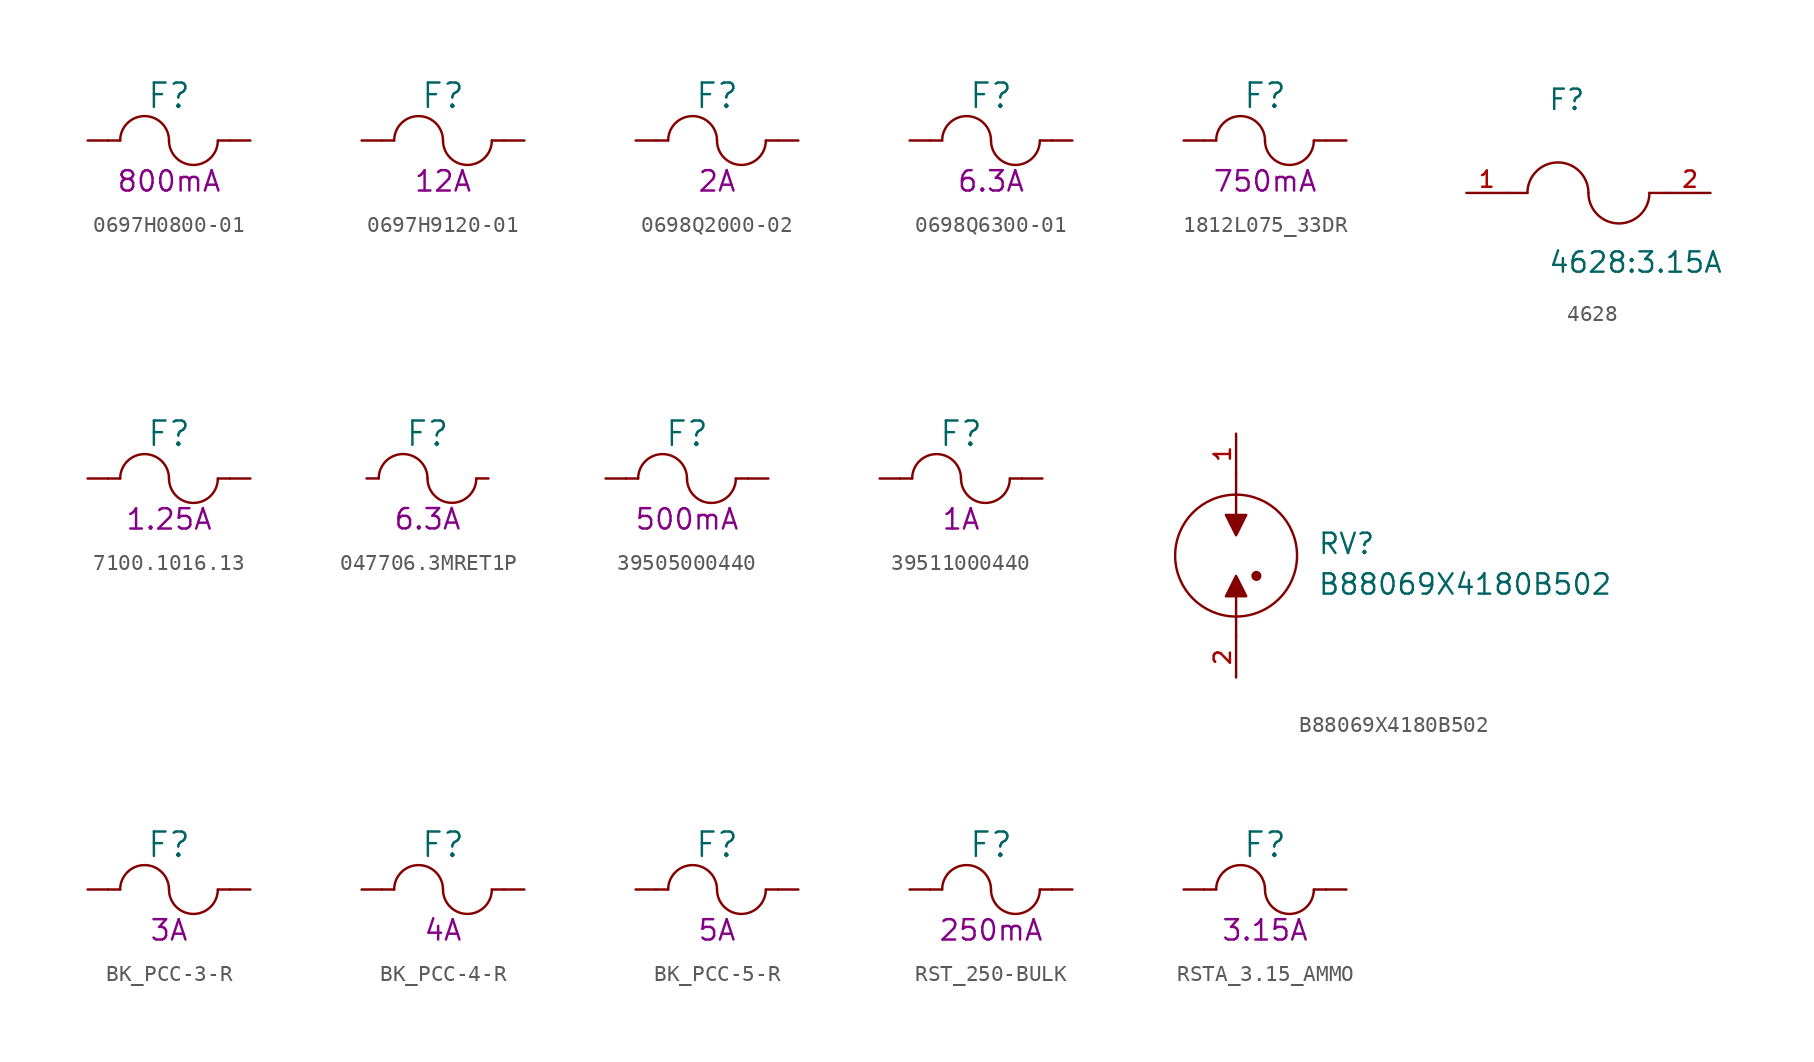
<source format=kicad_sym>
(kicad_symbol_lib
  (version 20241209)
  (generator "kicad_symbol_editor")
  (generator_version "9.0")
  (symbol "0697H0800-01"
    (pin_numbers
      (hide yes))
    (pin_names
      (offset 0)
      (hide yes))
    (property "Reference" "F"
      (at 0 2.794 0)
      (effects (font (size 1.524 1.524))))
    (property "Current Rating (A)" "800mA"
      (at 0 -2.54 0)
      (effects (font (size 1.27 1.27))))
    (symbol "0697H0800-01_0_1"
      (rectangle (start -3.81 0) (end -3.048 0) (stroke (width 0) (type default)) (fill (type background)))
      (arc (start 3.048 0) (mid 1.524 -1.5174) (end 0 0) (stroke (width 0) (type default)) (fill (type none)))
      (rectangle (start 3.048 0) (end 3.81 0) (stroke (width 0) (type default)) (fill (type background))))
    (symbol "0697H0800-01_1_1"
      (arc (start -3.048 0) (mid -1.524 1.5174) (end 0 0) (stroke (width 0) (type default)) (fill (type none)))
      (pin passive line (at -5.08 0 0) (length 1.27) (name "1" (effects (font (size 1.27 1.27)))) (number "1" (effects (font (size 1.27 1.27)))))
      (pin passive line (at 5.08 0 180) (length 1.27) (name "2" (effects (font (size 1.27 1.27)))) (number "2" (effects (font (size 1.27 1.27)))))))
  (symbol "0697H9120-01"
    (pin_numbers
      (hide yes))
    (pin_names
      (offset 0)
      (hide yes))
    (property "Reference" "F"
      (at 0 2.794 0)
      (effects (font (size 1.524 1.524))))
    (property "Current Rating (A)" "12A"
      (at 0 -2.54 0)
      (effects (font (size 1.27 1.27))))
    (symbol "0697H9120-01_0_1"
      (rectangle (start -3.81 0) (end -3.048 0) (stroke (width 0) (type default)) (fill (type background)))
      (arc (start 3.048 0) (mid 1.524 -1.5174) (end 0 0) (stroke (width 0) (type default)) (fill (type none)))
      (rectangle (start 3.048 0) (end 3.81 0) (stroke (width 0) (type default)) (fill (type background))))
    (symbol "0697H9120-01_1_1"
      (arc (start -3.048 0) (mid -1.524 1.5174) (end 0 0) (stroke (width 0) (type default)) (fill (type none)))
      (pin passive line (at -5.08 0 0) (length 1.27) (name "1" (effects (font (size 1.27 1.27)))) (number "1" (effects (font (size 1.27 1.27)))))
      (pin passive line (at 5.08 0 180) (length 1.27) (name "2" (effects (font (size 1.27 1.27)))) (number "2" (effects (font (size 1.27 1.27)))))))
  (symbol "0698Q2000-02"
    (pin_numbers
      (hide yes))
    (pin_names
      (offset 0)
      (hide yes))
    (property "Reference" "F"
      (at 0 2.794 0)
      (effects (font (size 1.524 1.524))))
    (property "Current Rating (A)" "2A"
      (at 0 -2.54 0)
      (effects (font (size 1.27 1.27))))
    (symbol "0698Q2000-02_0_1"
      (rectangle (start -3.81 0) (end -3.048 0) (stroke (width 0) (type default)) (fill (type background)))
      (arc (start 3.048 0) (mid 1.524 -1.5174) (end 0 0) (stroke (width 0) (type default)) (fill (type none)))
      (rectangle (start 3.048 0) (end 3.81 0) (stroke (width 0) (type default)) (fill (type background))))
    (symbol "0698Q2000-02_1_1"
      (arc (start -3.048 0) (mid -1.524 1.5174) (end 0 0) (stroke (width 0) (type default)) (fill (type none)))
      (pin passive line (at -5.08 0 0) (length 1.27) (name "1" (effects (font (size 1.27 1.27)))) (number "1" (effects (font (size 1.27 1.27)))))
      (pin passive line (at 5.08 0 180) (length 1.27) (name "2" (effects (font (size 1.27 1.27)))) (number "2" (effects (font (size 1.27 1.27)))))))
  (symbol "0698Q6300-01"
    (pin_numbers
      (hide yes))
    (pin_names
      (offset 0)
      (hide yes))
    (property "Reference" "F"
      (at 0 2.794 0)
      (effects (font (size 1.524 1.524))))
    (property "Current Rating (A)" "6.3A"
      (at 0 -2.54 0)
      (effects (font (size 1.27 1.27))))
    (symbol "0698Q6300-01_0_1"
      (rectangle (start -3.81 0) (end -3.048 0) (stroke (width 0) (type default)) (fill (type background)))
      (arc (start 3.048 0) (mid 1.524 -1.5174) (end 0 0) (stroke (width 0) (type default)) (fill (type none)))
      (rectangle (start 3.048 0) (end 3.81 0) (stroke (width 0) (type default)) (fill (type background))))
    (symbol "0698Q6300-01_1_1"
      (arc (start -3.048 0) (mid -1.524 1.5174) (end 0 0) (stroke (width 0) (type default)) (fill (type none)))
      (pin passive line (at -5.08 0 0) (length 1.27) (name "1" (effects (font (size 1.27 1.27)))) (number "1" (effects (font (size 1.27 1.27)))))
      (pin passive line (at 5.08 0 180) (length 1.27) (name "2" (effects (font (size 1.27 1.27)))) (number "2" (effects (font (size 1.27 1.27)))))))
  (symbol "1812L075_33DR"
    (pin_numbers
      (hide yes))
    (pin_names
      (offset 0)
      (hide yes))
    (property "Reference" "F"
      (at 0 2.794 0)
      (effects (font (size 1.524 1.524))))
    (property "Current Rating (A)" "750mA"
      (at 0 -2.54 0)
      (effects (font (size 1.27 1.27))))
    (symbol "1812L075_33DR_0_1"
      (rectangle (start -3.81 0) (end -3.048 0) (stroke (width 0) (type default)) (fill (type background)))
      (arc (start 3.048 0) (mid 1.524 -1.5174) (end 0 0) (stroke (width 0) (type default)) (fill (type none)))
      (rectangle (start 3.048 0) (end 3.81 0) (stroke (width 0) (type default)) (fill (type background))))
    (symbol "1812L075_33DR_1_1"
      (arc (start -3.048 0) (mid -1.524 1.5174) (end 0 0) (stroke (width 0) (type default)) (fill (type none)))
      (pin passive line (at -5.08 0 0) (length 1.27) (name "1" (effects (font (size 1.27 1.27)))) (number "1" (effects (font (size 1.27 1.27)))))
      (pin passive line (at 5.08 0 180) (length 1.27) (name "2" (effects (font (size 1.27 1.27)))) (number "2" (effects (font (size 1.27 1.27)))))))
  (symbol "4628"
    (pin_names
      (offset 1.016))
    (property "Reference" "F"
      (at -2.54 5.08 0)
      (effects (font (size 1.27 1.27)) (justify left bottom)))
    (property "Value" "4628:3.15A"
      (at -2.54 -5.08 0)
      (effects (font (size 1.27 1.27)) (justify left bottom)))
    (symbol "4628_0_0"
      (polyline (pts (xy -5.08 0) (xy -3.81 0)) (stroke (width 0.152) (type default)) (fill (type none)))
      (arc (start -3.81 0) (mid -1.905 1.8967) (end 0 0) (stroke (width 0.1524) (type default)) (fill (type none)))
      (arc (start 3.81 0) (mid 1.905 -1.8967) (end 0 0) (stroke (width 0.1524) (type default)) (fill (type none)))
      (polyline (pts (xy 5.08 0) (xy 3.81 0)) (stroke (width 0.152) (type default)) (fill (type none)))
      (pin passive line (at -7.62 0 0) (length 2.54) (name "~" (effects (font (size 1.016 1.016)))) (number "1" (effects (font (size 1.016 1.016)))))
      (pin passive line (at 7.62 0 180) (length 2.54) (name "~" (effects (font (size 1.016 1.016)))) (number "2" (effects (font (size 1.016 1.016)))))))
  (symbol "7100.1016.13"
    (pin_numbers
      (hide yes))
    (pin_names
      (offset 0)
      (hide yes))
    (property "Reference" "F"
      (at 0 2.794 0)
      (effects (font (size 1.524 1.524))))
    (property "Current Rating (A)" "1.25A"
      (at 0 -2.54 0)
      (effects (font (size 1.27 1.27))))
    (symbol "7100.1016.13_0_1"
      (rectangle (start -3.81 0) (end -3.048 0) (stroke (width 0) (type default)) (fill (type background)))
      (arc (start 3.048 0) (mid 1.524 -1.5174) (end 0 0) (stroke (width 0) (type default)) (fill (type none)))
      (rectangle (start 3.048 0) (end 3.81 0) (stroke (width 0) (type default)) (fill (type background))))
    (symbol "7100.1016.13_1_1"
      (arc (start -3.048 0) (mid -1.524 1.5174) (end 0 0) (stroke (width 0) (type default)) (fill (type none)))
      (pin passive line (at -5.08 0 0) (length 1.27) (name "1" (effects (font (size 1.27 1.27)))) (number "1" (effects (font (size 1.27 1.27)))))
      (pin passive line (at 5.08 0 180) (length 1.27) (name "2" (effects (font (size 1.27 1.27)))) (number "2" (effects (font (size 1.27 1.27)))))))
  (symbol "047706.3MRET1P"
    (pin_numbers
      (hide yes))
    (pin_names
      (offset 0)
      (hide yes))
    (property "Reference" "F"
      (at 0 2.794 0)
      (effects (font (size 1.524 1.524))))
    (property "Current Rating (A)" "6.3A"
      (at 0 -2.54 0)
      (effects (font (size 1.27 1.27))))
    (symbol "047706.3MRET1P_0_1"
      (arc (start 3.048 0) (mid 1.524 -1.5174) (end 0 0) (stroke (width 0) (type default)) (fill (type none))))
    (symbol "047706.3MRET1P_1_1"
      (arc (start -3.048 0) (mid -1.524 1.5174) (end 0 0) (stroke (width 0) (type default)) (fill (type none)))
      (pin passive line (at -3.81 0 0) (length 0.762) (name "~" (effects (font (size 1.27 1.27)))) (number "~" (effects (font (size 1.27 1.27)))))
      (pin passive line (at 3.81 0 180) (length 0.762) (name "~" (effects (font (size 1.27 1.27)))) (number "~" (effects (font (size 1.27 1.27)))))))
  (symbol "39505000440"
    (pin_numbers
      (hide yes))
    (pin_names
      (offset 0)
      (hide yes))
    (property "Reference" "F"
      (at 0 2.794 0)
      (effects (font (size 1.524 1.524))))
    (property "Current Rating (A)" "500mA"
      (at 0 -2.54 0)
      (effects (font (size 1.27 1.27))))
    (symbol "39505000440_0_1"
      (rectangle (start -3.81 0) (end -3.048 0) (stroke (width 0) (type default)) (fill (type background)))
      (arc (start 3.048 0) (mid 1.524 -1.5174) (end 0 0) (stroke (width 0) (type default)) (fill (type none)))
      (rectangle (start 3.048 0) (end 3.81 0) (stroke (width 0) (type default)) (fill (type background))))
    (symbol "39505000440_1_1"
      (arc (start -3.048 0) (mid -1.524 1.5174) (end 0 0) (stroke (width 0) (type default)) (fill (type none)))
      (pin passive line (at -5.08 0 0) (length 1.27) (name "1" (effects (font (size 1.27 1.27)))) (number "1" (effects (font (size 1.27 1.27)))))
      (pin passive line (at 5.08 0 180) (length 1.27) (name "2" (effects (font (size 1.27 1.27)))) (number "2" (effects (font (size 1.27 1.27)))))))
  (symbol "39511000440"
    (pin_numbers
      (hide yes))
    (pin_names
      (offset 0)
      (hide yes))
    (property "Reference" "F"
      (at 0 2.794 0)
      (effects (font (size 1.524 1.524))))
    (property "Current Rating (A)" "1A"
      (at 0 -2.54 0)
      (effects (font (size 1.27 1.27))))
    (symbol "39511000440_0_1"
      (rectangle (start -3.81 0) (end -3.048 0) (stroke (width 0) (type default)) (fill (type background)))
      (arc (start 3.048 0) (mid 1.524 -1.5174) (end 0 0) (stroke (width 0) (type default)) (fill (type none)))
      (rectangle (start 3.048 0) (end 3.81 0) (stroke (width 0) (type default)) (fill (type background))))
    (symbol "39511000440_1_1"
      (arc (start -3.048 0) (mid -1.524 1.5174) (end 0 0) (stroke (width 0) (type default)) (fill (type none)))
      (pin passive line (at -5.08 0 0) (length 1.27) (name "1" (effects (font (size 1.27 1.27)))) (number "1" (effects (font (size 1.27 1.27)))))
      (pin passive line (at 5.08 0 180) (length 1.27) (name "2" (effects (font (size 1.27 1.27)))) (number "2" (effects (font (size 1.27 1.27)))))))
  (symbol "B88069X4180B502"
    (pin_names
      (offset 1.016))
    (property "Reference" "RV"
      (at 5.08 0 0)
      (effects (font (size 1.27 1.27)) (justify left bottom)))
    (property "Value" "B88069X4180B502"
      (at 5.08 -2.54 0)
      (effects (font (size 1.27 1.27)) (justify left bottom)))
    (symbol "B88069X4180B502_0_0"
      (polyline (pts (xy -0.635 -2.54) (xy 0.635 -2.54) (xy 0 -1.27) (xy -0.635 -2.54)) (stroke (width 0.152) (type default)) (fill (type outline)))
      (polyline (pts (xy 0 2.54) (xy 0 5.08)) (stroke (width 0.152) (type default)) (fill (type none)))
      (circle (center 0 0) (radius 3.81) (stroke (width 0.152) (type default)) (fill (type none)))
      (polyline (pts (xy 0 -2.54) (xy 0 -5.08)) (stroke (width 0.152) (type default)) (fill (type none)))
      (polyline (pts (xy 0.635 2.54) (xy -0.635 2.54) (xy 0 1.27) (xy 0.635 2.54)) (stroke (width 0.152) (type default)) (fill (type outline)))
      (circle (center 1.27 -1.27) (radius 0.159) (stroke (width 0.318) (type default)) (fill (type none)))
      (pin passive line (at 0 7.62 270) (length 2.54) (name "~" (effects (font (size 1.016 1.016)))) (number "1" (effects (font (size 1.016 1.016)))))
      (pin passive line (at 0 -7.62 90) (length 2.54) (name "~" (effects (font (size 1.016 1.016)))) (number "2" (effects (font (size 1.016 1.016)))))))
  (symbol "BK_PCC-3-R"
    (pin_numbers
      (hide yes))
    (pin_names
      (offset 0)
      (hide yes))
    (property "Reference" "F"
      (at 0 2.794 0)
      (effects (font (size 1.524 1.524))))
    (property "Current Rating (A)" "3A"
      (at 0 -2.54 0)
      (effects (font (size 1.27 1.27))))
    (symbol "BK_PCC-3-R_0_1"
      (rectangle (start -3.81 0) (end -3.048 0) (stroke (width 0) (type default)) (fill (type background)))
      (arc (start 3.048 0) (mid 1.524 -1.5174) (end 0 0) (stroke (width 0) (type default)) (fill (type none)))
      (rectangle (start 3.048 0) (end 3.81 0) (stroke (width 0) (type default)) (fill (type background))))
    (symbol "BK_PCC-3-R_1_1"
      (arc (start -3.048 0) (mid -1.524 1.5174) (end 0 0) (stroke (width 0) (type default)) (fill (type none)))
      (pin passive line (at -5.08 0 0) (length 1.27) (name "1" (effects (font (size 1.27 1.27)))) (number "1" (effects (font (size 1.27 1.27)))))
      (pin passive line (at 5.08 0 180) (length 1.27) (name "2" (effects (font (size 1.27 1.27)))) (number "2" (effects (font (size 1.27 1.27)))))))
  (symbol "BK_PCC-4-R"
    (pin_numbers
      (hide yes))
    (pin_names
      (offset 0)
      (hide yes))
    (property "Reference" "F"
      (at 0 2.794 0)
      (effects (font (size 1.524 1.524))))
    (property "Current Rating (A)" "4A"
      (at 0 -2.54 0)
      (effects (font (size 1.27 1.27))))
    (symbol "BK_PCC-4-R_0_1"
      (rectangle (start -3.81 0) (end -3.048 0) (stroke (width 0) (type default)) (fill (type background)))
      (arc (start 3.048 0) (mid 1.524 -1.5174) (end 0 0) (stroke (width 0) (type default)) (fill (type none)))
      (rectangle (start 3.048 0) (end 3.81 0) (stroke (width 0) (type default)) (fill (type background))))
    (symbol "BK_PCC-4-R_1_1"
      (arc (start -3.048 0) (mid -1.524 1.5174) (end 0 0) (stroke (width 0) (type default)) (fill (type none)))
      (pin passive line (at -5.08 0 0) (length 1.27) (name "1" (effects (font (size 1.27 1.27)))) (number "1" (effects (font (size 1.27 1.27)))))
      (pin passive line (at 5.08 0 180) (length 1.27) (name "2" (effects (font (size 1.27 1.27)))) (number "2" (effects (font (size 1.27 1.27)))))))
  (symbol "BK_PCC-5-R"
    (pin_numbers
      (hide yes))
    (pin_names
      (offset 0)
      (hide yes))
    (property "Reference" "F"
      (at 0 2.794 0)
      (effects (font (size 1.524 1.524))))
    (property "Current Rating (A)" "5A"
      (at 0 -2.54 0)
      (effects (font (size 1.27 1.27))))
    (symbol "BK_PCC-5-R_0_1"
      (rectangle (start -3.81 0) (end -3.048 0) (stroke (width 0) (type default)) (fill (type background)))
      (arc (start 3.048 0) (mid 1.524 -1.5174) (end 0 0) (stroke (width 0) (type default)) (fill (type none)))
      (rectangle (start 3.048 0) (end 3.81 0) (stroke (width 0) (type default)) (fill (type background))))
    (symbol "BK_PCC-5-R_1_1"
      (arc (start -3.048 0) (mid -1.524 1.5174) (end 0 0) (stroke (width 0) (type default)) (fill (type none)))
      (pin passive line (at -5.08 0 0) (length 1.27) (name "1" (effects (font (size 1.27 1.27)))) (number "1" (effects (font (size 1.27 1.27)))))
      (pin passive line (at 5.08 0 180) (length 1.27) (name "2" (effects (font (size 1.27 1.27)))) (number "2" (effects (font (size 1.27 1.27)))))))
  (symbol "RST_250-BULK"
    (pin_numbers
      (hide yes))
    (pin_names
      (offset 0)
      (hide yes))
    (property "Reference" "F"
      (at 0 2.794 0)
      (effects (font (size 1.524 1.524))))
    (property "Current Rating (A)" "250mA"
      (at 0 -2.54 0)
      (effects (font (size 1.27 1.27))))
    (symbol "RST_250-BULK_0_1"
      (rectangle (start -3.81 0) (end -3.048 0) (stroke (width 0) (type default)) (fill (type background)))
      (arc (start 3.048 0) (mid 1.524 -1.5174) (end 0 0) (stroke (width 0) (type default)) (fill (type none)))
      (rectangle (start 3.048 0) (end 3.81 0) (stroke (width 0) (type default)) (fill (type background))))
    (symbol "RST_250-BULK_1_1"
      (arc (start -3.048 0) (mid -1.524 1.5174) (end 0 0) (stroke (width 0) (type default)) (fill (type none)))
      (pin passive line (at -5.08 0 0) (length 1.27) (name "1" (effects (font (size 1.27 1.27)))) (number "1" (effects (font (size 1.27 1.27)))))
      (pin passive line (at 5.08 0 180) (length 1.27) (name "2" (effects (font (size 1.27 1.27)))) (number "2" (effects (font (size 1.27 1.27)))))))
  (symbol "RSTA_3.15_AMMO"
    (pin_numbers
      (hide yes))
    (pin_names
      (offset 0)
      (hide yes))
    (property "Reference" "F"
      (at 0 2.794 0)
      (effects (font (size 1.524 1.524))))
    (property "Current Rating (A)" "3.15A"
      (at 0 -2.54 0)
      (effects (font (size 1.27 1.27))))
    (symbol "RSTA_3.15_AMMO_0_1"
      (rectangle (start -3.81 0) (end -3.048 0) (stroke (width 0) (type default)) (fill (type background)))
      (arc (start 3.048 0) (mid 1.524 -1.5174) (end 0 0) (stroke (width 0) (type default)) (fill (type none)))
      (rectangle (start 3.048 0) (end 3.81 0) (stroke (width 0) (type default)) (fill (type background))))
    (symbol "RSTA_3.15_AMMO_1_1"
      (arc (start -3.048 0) (mid -1.524 1.5174) (end 0 0) (stroke (width 0) (type default)) (fill (type none)))
      (pin passive line (at -5.08 0 0) (length 1.27) (name "1" (effects (font (size 1.27 1.27)))) (number "1" (effects (font (size 1.27 1.27)))))
      (pin passive line (at 5.08 0 180) (length 1.27) (name "2" (effects (font (size 1.27 1.27)))) (number "2" (effects (font (size 1.27 1.27))))))))
</source>
